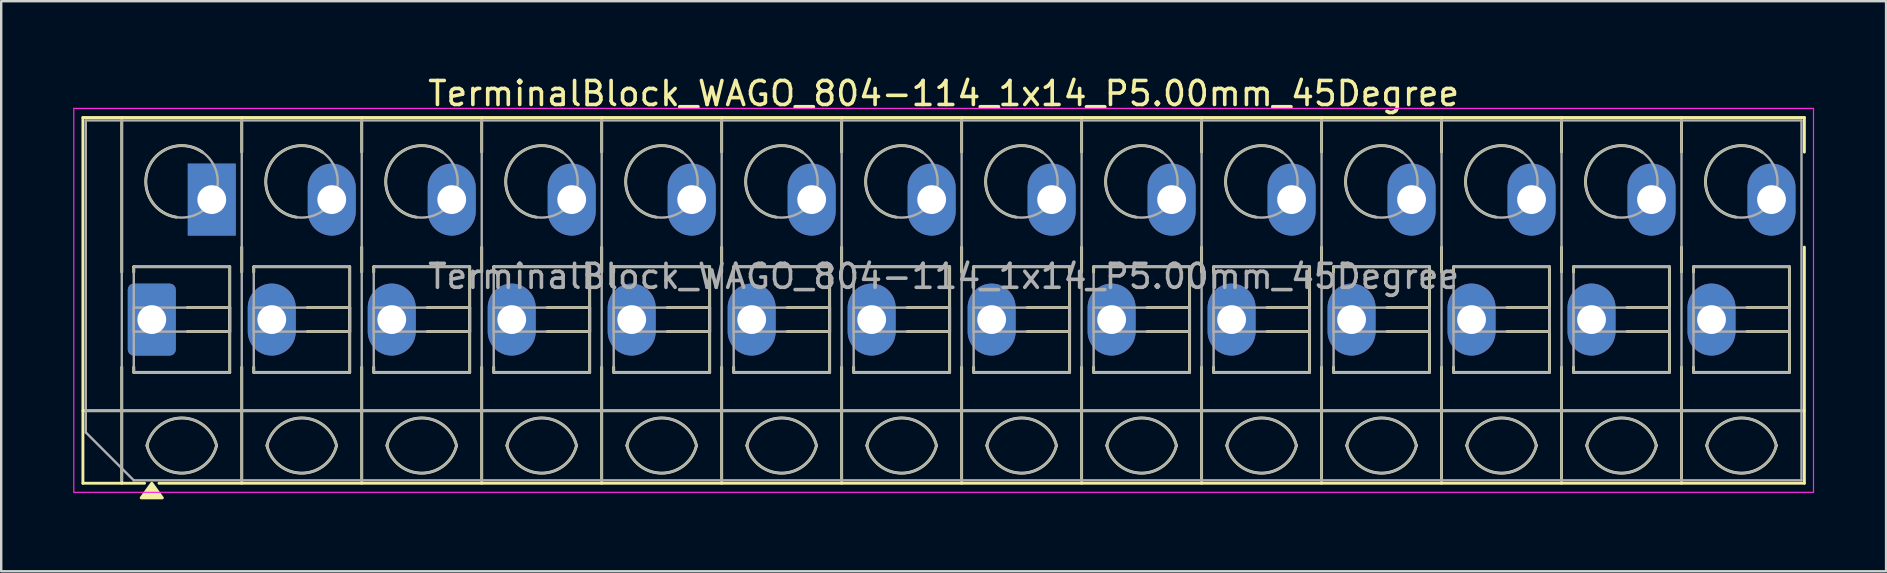
<source format=kicad_pcb>
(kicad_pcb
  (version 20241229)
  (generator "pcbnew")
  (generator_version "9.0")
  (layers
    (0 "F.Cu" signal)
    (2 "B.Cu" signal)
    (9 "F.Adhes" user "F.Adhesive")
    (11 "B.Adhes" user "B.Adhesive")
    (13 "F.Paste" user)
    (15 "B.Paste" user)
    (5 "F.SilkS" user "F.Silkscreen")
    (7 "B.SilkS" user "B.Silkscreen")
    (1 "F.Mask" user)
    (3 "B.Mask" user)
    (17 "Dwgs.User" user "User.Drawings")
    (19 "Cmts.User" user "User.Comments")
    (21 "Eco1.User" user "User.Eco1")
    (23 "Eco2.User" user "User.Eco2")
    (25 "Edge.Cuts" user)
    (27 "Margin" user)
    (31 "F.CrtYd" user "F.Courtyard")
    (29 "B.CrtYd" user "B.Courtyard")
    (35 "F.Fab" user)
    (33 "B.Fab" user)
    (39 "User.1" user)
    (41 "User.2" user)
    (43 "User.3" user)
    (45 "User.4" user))
  (footprint "TerminalBlock_WAGO_804-114_1x14_P5.00mm_45Degree"
    (layer "F.Cu")
    (at 3.275 10.268)
    (property "Reference" "TerminalBlock_WAGO_804-114_1x14_P5.00mm_45Degree" (at 33 -9.42 0) (layer "F.SilkS") (effects (font (size 1 1) (thickness 0.15))))
    (attr through_hole)
    (fp_line (start -2.87 -8.42) (end -2.87 6.82) (stroke (width 0.12) (type solid)) (layer "F.SilkS"))
    (fp_line (start -2.87 -8.42) (end 68.87 -8.42) (stroke (width 0.12) (type solid)) (layer "F.SilkS"))
    (fp_line (start -2.87 3.8) (end 68.87 3.8) (stroke (width 0.12) (type solid)) (layer "F.SilkS"))
    (fp_line (start -2.87 6.82) (end -0.3 6.82) (stroke (width 0.12) (type solid)) (layer "F.SilkS"))
    (fp_line (start -1.25 -8.42) (end -1.25 -1.98) (stroke (width 0.12) (type solid)) (layer "F.SilkS"))
    (fp_line (start -1.25 1.98) (end -1.25 6.82) (stroke (width 0.12) (type solid)) (layer "F.SilkS"))
    (fp_line (start -0.75 -2.2) (end -0.75 -1.98) (stroke (width 0.12) (type solid)) (layer "F.SilkS"))
    (fp_line (start -0.75 -2.2) (end 3.25 -2.2) (stroke (width 0.12) (type solid)) (layer "F.SilkS"))
    (fp_line (start -0.75 1.98) (end -0.75 2.2) (stroke (width 0.12) (type solid)) (layer "F.SilkS"))
    (fp_line (start -0.75 2.2) (end 3.25 2.2) (stroke (width 0.12) (type solid)) (layer "F.SilkS"))
    (fp_line (start 0.3 6.82) (end 68.87 6.82) (stroke (width 0.12) (type solid)) (layer "F.SilkS"))
    (fp_line (start 1.48 -0.5) (end 3.25 -0.5) (stroke (width 0.12) (type solid)) (layer "F.SilkS"))
    (fp_line (start 1.48 0.5) (end 3.25 0.5) (stroke (width 0.12) (type solid)) (layer "F.SilkS"))
    (fp_line (start 3.25 -2.2) (end 3.25 2.2) (stroke (width 0.12) (type solid)) (layer "F.SilkS"))
    (fp_line (start 3.25 -0.5) (end 3.25 0.5) (stroke (width 0.12) (type solid)) (layer "F.SilkS"))
    (fp_line (start 3.75 -8.42) (end 3.75 -6.98) (stroke (width 0.12) (type solid)) (layer "F.SilkS"))
    (fp_line (start 3.75 -3.02) (end 3.75 -1.98) (stroke (width 0.12) (type solid)) (layer "F.SilkS"))
    (fp_line (start 3.75 1.98) (end 3.75 6.82) (stroke (width 0.12) (type solid)) (layer "F.SilkS"))
    (fp_line (start 4.25 -2.2) (end 4.25 -1.98) (stroke (width 0.12) (type solid)) (layer "F.SilkS"))
    (fp_line (start 4.25 -2.2) (end 8.25 -2.2) (stroke (width 0.12) (type solid)) (layer "F.SilkS"))
    (fp_line (start 4.25 1.98) (end 4.25 2.2) (stroke (width 0.12) (type solid)) (layer "F.SilkS"))
    (fp_line (start 4.25 2.2) (end 8.25 2.2) (stroke (width 0.12) (type solid)) (layer "F.SilkS"))
    (fp_line (start 6.48 -0.5) (end 8.25 -0.5) (stroke (width 0.12) (type solid)) (layer "F.SilkS"))
    (fp_line (start 6.48 0.5) (end 8.25 0.5) (stroke (width 0.12) (type solid)) (layer "F.SilkS"))
    (fp_line (start 8.25 -2.2) (end 8.25 2.2) (stroke (width 0.12) (type solid)) (layer "F.SilkS"))
    (fp_line (start 8.25 -0.5) (end 8.25 0.5) (stroke (width 0.12) (type solid)) (layer "F.SilkS"))
    (fp_line (start 8.75 -8.42) (end 8.75 -6.98) (stroke (width 0.12) (type solid)) (layer "F.SilkS"))
    (fp_line (start 8.75 -3.02) (end 8.75 -1.98) (stroke (width 0.12) (type solid)) (layer "F.SilkS"))
    (fp_line (start 8.75 1.98) (end 8.75 6.82) (stroke (width 0.12) (type solid)) (layer "F.SilkS"))
    (fp_line (start 9.25 -2.2) (end 9.25 -1.98) (stroke (width 0.12) (type solid)) (layer "F.SilkS"))
    (fp_line (start 9.25 -2.2) (end 13.25 -2.2) (stroke (width 0.12) (type solid)) (layer "F.SilkS"))
    (fp_line (start 9.25 1.98) (end 9.25 2.2) (stroke (width 0.12) (type solid)) (layer "F.SilkS"))
    (fp_line (start 9.25 2.2) (end 13.25 2.2) (stroke (width 0.12) (type solid)) (layer "F.SilkS"))
    (fp_line (start 11.48 -0.5) (end 13.25 -0.5) (stroke (width 0.12) (type solid)) (layer "F.SilkS"))
    (fp_line (start 11.48 0.5) (end 13.25 0.5) (stroke (width 0.12) (type solid)) (layer "F.SilkS"))
    (fp_line (start 13.25 -2.2) (end 13.25 2.2) (stroke (width 0.12) (type solid)) (layer "F.SilkS"))
    (fp_line (start 13.25 -0.5) (end 13.25 0.5) (stroke (width 0.12) (type solid)) (layer "F.SilkS"))
    (fp_line (start 13.75 -8.42) (end 13.75 -6.98) (stroke (width 0.12) (type solid)) (layer "F.SilkS"))
    (fp_line (start 13.75 -3.02) (end 13.75 -1.98) (stroke (width 0.12) (type solid)) (layer "F.SilkS"))
    (fp_line (start 13.75 1.98) (end 13.75 6.82) (stroke (width 0.12) (type solid)) (layer "F.SilkS"))
    (fp_line (start 14.25 -2.2) (end 14.25 -1.98) (stroke (width 0.12) (type solid)) (layer "F.SilkS"))
    (fp_line (start 14.25 -2.2) (end 18.25 -2.2) (stroke (width 0.12) (type solid)) (layer "F.SilkS"))
    (fp_line (start 14.25 1.98) (end 14.25 2.2) (stroke (width 0.12) (type solid)) (layer "F.SilkS"))
    (fp_line (start 14.25 2.2) (end 18.25 2.2) (stroke (width 0.12) (type solid)) (layer "F.SilkS"))
    (fp_line (start 16.48 -0.5) (end 18.25 -0.5) (stroke (width 0.12) (type solid)) (layer "F.SilkS"))
    (fp_line (start 16.48 0.5) (end 18.25 0.5) (stroke (width 0.12) (type solid)) (layer "F.SilkS"))
    (fp_line (start 18.25 -2.2) (end 18.25 2.2) (stroke (width 0.12) (type solid)) (layer "F.SilkS"))
    (fp_line (start 18.25 -0.5) (end 18.25 0.5) (stroke (width 0.12) (type solid)) (layer "F.SilkS"))
    (fp_line (start 18.75 -8.42) (end 18.75 -6.98) (stroke (width 0.12) (type solid)) (layer "F.SilkS"))
    (fp_line (start 18.75 -3.02) (end 18.75 -1.98) (stroke (width 0.12) (type solid)) (layer "F.SilkS"))
    (fp_line (start 18.75 1.98) (end 18.75 6.82) (stroke (width 0.12) (type solid)) (layer "F.SilkS"))
    (fp_line (start 19.25 -2.2) (end 19.25 -1.98) (stroke (width 0.12) (type solid)) (layer "F.SilkS"))
    (fp_line (start 19.25 -2.2) (end 23.25 -2.2) (stroke (width 0.12) (type solid)) (layer "F.SilkS"))
    (fp_line (start 19.25 1.98) (end 19.25 2.2) (stroke (width 0.12) (type solid)) (layer "F.SilkS"))
    (fp_line (start 19.25 2.2) (end 23.25 2.2) (stroke (width 0.12) (type solid)) (layer "F.SilkS"))
    (fp_line (start 21.48 -0.5) (end 23.25 -0.5) (stroke (width 0.12) (type solid)) (layer "F.SilkS"))
    (fp_line (start 21.48 0.5) (end 23.25 0.5) (stroke (width 0.12) (type solid)) (layer "F.SilkS"))
    (fp_line (start 23.25 -2.2) (end 23.25 2.2) (stroke (width 0.12) (type solid)) (layer "F.SilkS"))
    (fp_line (start 23.25 -0.5) (end 23.25 0.5) (stroke (width 0.12) (type solid)) (layer "F.SilkS"))
    (fp_line (start 23.75 -8.42) (end 23.75 -6.98) (stroke (width 0.12) (type solid)) (layer "F.SilkS"))
    (fp_line (start 23.75 -3.02) (end 23.75 -1.98) (stroke (width 0.12) (type solid)) (layer "F.SilkS"))
    (fp_line (start 23.75 1.98) (end 23.75 6.82) (stroke (width 0.12) (type solid)) (layer "F.SilkS"))
    (fp_line (start 24.25 -2.2) (end 24.25 -1.98) (stroke (width 0.12) (type solid)) (layer "F.SilkS"))
    (fp_line (start 24.25 -2.2) (end 28.25 -2.2) (stroke (width 0.12) (type solid)) (layer "F.SilkS"))
    (fp_line (start 24.25 1.98) (end 24.25 2.2) (stroke (width 0.12) (type solid)) (layer "F.SilkS"))
    (fp_line (start 24.25 2.2) (end 28.25 2.2) (stroke (width 0.12) (type solid)) (layer "F.SilkS"))
    (fp_line (start 26.48 -0.5) (end 28.25 -0.5) (stroke (width 0.12) (type solid)) (layer "F.SilkS"))
    (fp_line (start 26.48 0.5) (end 28.25 0.5) (stroke (width 0.12) (type solid)) (layer "F.SilkS"))
    (fp_line (start 28.25 -2.2) (end 28.25 2.2) (stroke (width 0.12) (type solid)) (layer "F.SilkS"))
    (fp_line (start 28.25 -0.5) (end 28.25 0.5) (stroke (width 0.12) (type solid)) (layer "F.SilkS"))
    (fp_line (start 28.75 -8.42) (end 28.75 -6.98) (stroke (width 0.12) (type solid)) (layer "F.SilkS"))
    (fp_line (start 28.75 -3.02) (end 28.75 -1.98) (stroke (width 0.12) (type solid)) (layer "F.SilkS"))
    (fp_line (start 28.75 1.98) (end 28.75 6.82) (stroke (width 0.12) (type solid)) (layer "F.SilkS"))
    (fp_line (start 29.25 -2.2) (end 29.25 -1.98) (stroke (width 0.12) (type solid)) (layer "F.SilkS"))
    (fp_line (start 29.25 -2.2) (end 33.25 -2.2) (stroke (width 0.12) (type solid)) (layer "F.SilkS"))
    (fp_line (start 29.25 1.98) (end 29.25 2.2) (stroke (width 0.12) (type solid)) (layer "F.SilkS"))
    (fp_line (start 29.25 2.2) (end 33.25 2.2) (stroke (width 0.12) (type solid)) (layer "F.SilkS"))
    (fp_line (start 31.48 -0.5) (end 33.25 -0.5) (stroke (width 0.12) (type solid)) (layer "F.SilkS"))
    (fp_line (start 31.48 0.5) (end 33.25 0.5) (stroke (width 0.12) (type solid)) (layer "F.SilkS"))
    (fp_line (start 33.25 -2.2) (end 33.25 2.2) (stroke (width 0.12) (type solid)) (layer "F.SilkS"))
    (fp_line (start 33.25 -0.5) (end 33.25 0.5) (stroke (width 0.12) (type solid)) (layer "F.SilkS"))
    (fp_line (start 33.75 -8.42) (end 33.75 -6.98) (stroke (width 0.12) (type solid)) (layer "F.SilkS"))
    (fp_line (start 33.75 -3.02) (end 33.75 -1.98) (stroke (width 0.12) (type solid)) (layer "F.SilkS"))
    (fp_line (start 33.75 1.98) (end 33.75 6.82) (stroke (width 0.12) (type solid)) (layer "F.SilkS"))
    (fp_line (start 34.25 -2.2) (end 34.25 -1.98) (stroke (width 0.12) (type solid)) (layer "F.SilkS"))
    (fp_line (start 34.25 -2.2) (end 38.25 -2.2) (stroke (width 0.12) (type solid)) (layer "F.SilkS"))
    (fp_line (start 34.25 1.98) (end 34.25 2.2) (stroke (width 0.12) (type solid)) (layer "F.SilkS"))
    (fp_line (start 34.25 2.2) (end 38.25 2.2) (stroke (width 0.12) (type solid)) (layer "F.SilkS"))
    (fp_line (start 36.48 -0.5) (end 38.25 -0.5) (stroke (width 0.12) (type solid)) (layer "F.SilkS"))
    (fp_line (start 36.48 0.5) (end 38.25 0.5) (stroke (width 0.12) (type solid)) (layer "F.SilkS"))
    (fp_line (start 38.25 -2.2) (end 38.25 2.2) (stroke (width 0.12) (type solid)) (layer "F.SilkS"))
    (fp_line (start 38.25 -0.5) (end 38.25 0.5) (stroke (width 0.12) (type solid)) (layer "F.SilkS"))
    (fp_line (start 38.75 -8.42) (end 38.75 -6.98) (stroke (width 0.12) (type solid)) (layer "F.SilkS"))
    (fp_line (start 38.75 -3.02) (end 38.75 -1.98) (stroke (width 0.12) (type solid)) (layer "F.SilkS"))
    (fp_line (start 38.75 1.98) (end 38.75 6.82) (stroke (width 0.12) (type solid)) (layer "F.SilkS"))
    (fp_line (start 39.25 -2.2) (end 39.25 -1.98) (stroke (width 0.12) (type solid)) (layer "F.SilkS"))
    (fp_line (start 39.25 -2.2) (end 43.25 -2.2) (stroke (width 0.12) (type solid)) (layer "F.SilkS"))
    (fp_line (start 39.25 1.98) (end 39.25 2.2) (stroke (width 0.12) (type solid)) (layer "F.SilkS"))
    (fp_line (start 39.25 2.2) (end 43.25 2.2) (stroke (width 0.12) (type solid)) (layer "F.SilkS"))
    (fp_line (start 41.48 -0.5) (end 43.25 -0.5) (stroke (width 0.12) (type solid)) (layer "F.SilkS"))
    (fp_line (start 41.48 0.5) (end 43.25 0.5) (stroke (width 0.12) (type solid)) (layer "F.SilkS"))
    (fp_line (start 43.25 -2.2) (end 43.25 2.2) (stroke (width 0.12) (type solid)) (layer "F.SilkS"))
    (fp_line (start 43.25 -0.5) (end 43.25 0.5) (stroke (width 0.12) (type solid)) (layer "F.SilkS"))
    (fp_line (start 43.75 -8.42) (end 43.75 -6.98) (stroke (width 0.12) (type solid)) (layer "F.SilkS"))
    (fp_line (start 43.75 -3.02) (end 43.75 -1.98) (stroke (width 0.12) (type solid)) (layer "F.SilkS"))
    (fp_line (start 43.75 1.98) (end 43.75 6.82) (stroke (width 0.12) (type solid)) (layer "F.SilkS"))
    (fp_line (start 44.25 -2.2) (end 44.25 -1.98) (stroke (width 0.12) (type solid)) (layer "F.SilkS"))
    (fp_line (start 44.25 -2.2) (end 48.25 -2.2) (stroke (width 0.12) (type solid)) (layer "F.SilkS"))
    (fp_line (start 44.25 1.98) (end 44.25 2.2) (stroke (width 0.12) (type solid)) (layer "F.SilkS"))
    (fp_line (start 44.25 2.2) (end 48.25 2.2) (stroke (width 0.12) (type solid)) (layer "F.SilkS"))
    (fp_line (start 46.48 -0.5) (end 48.25 -0.5) (stroke (width 0.12) (type solid)) (layer "F.SilkS"))
    (fp_line (start 46.48 0.5) (end 48.25 0.5) (stroke (width 0.12) (type solid)) (layer "F.SilkS"))
    (fp_line (start 48.25 -2.2) (end 48.25 2.2) (stroke (width 0.12) (type solid)) (layer "F.SilkS"))
    (fp_line (start 48.25 -0.5) (end 48.25 0.5) (stroke (width 0.12) (type solid)) (layer "F.SilkS"))
    (fp_line (start 48.75 -8.42) (end 48.75 -6.98) (stroke (width 0.12) (type solid)) (layer "F.SilkS"))
    (fp_line (start 48.75 -3.02) (end 48.75 -1.98) (stroke (width 0.12) (type solid)) (layer "F.SilkS"))
    (fp_line (start 48.75 1.98) (end 48.75 6.82) (stroke (width 0.12) (type solid)) (layer "F.SilkS"))
    (fp_line (start 49.25 -2.2) (end 49.25 -1.98) (stroke (width 0.12) (type solid)) (layer "F.SilkS"))
    (fp_line (start 49.25 -2.2) (end 53.25 -2.2) (stroke (width 0.12) (type solid)) (layer "F.SilkS"))
    (fp_line (start 49.25 1.98) (end 49.25 2.2) (stroke (width 0.12) (type solid)) (layer "F.SilkS"))
    (fp_line (start 49.25 2.2) (end 53.25 2.2) (stroke (width 0.12) (type solid)) (layer "F.SilkS"))
    (fp_line (start 51.48 -0.5) (end 53.25 -0.5) (stroke (width 0.12) (type solid)) (layer "F.SilkS"))
    (fp_line (start 51.48 0.5) (end 53.25 0.5) (stroke (width 0.12) (type solid)) (layer "F.SilkS"))
    (fp_line (start 53.25 -2.2) (end 53.25 2.2) (stroke (width 0.12) (type solid)) (layer "F.SilkS"))
    (fp_line (start 53.25 -0.5) (end 53.25 0.5) (stroke (width 0.12) (type solid)) (layer "F.SilkS"))
    (fp_line (start 53.75 -8.42) (end 53.75 -6.98) (stroke (width 0.12) (type solid)) (layer "F.SilkS"))
    (fp_line (start 53.75 -3.02) (end 53.75 -1.98) (stroke (width 0.12) (type solid)) (layer "F.SilkS"))
    (fp_line (start 53.75 1.98) (end 53.75 6.82) (stroke (width 0.12) (type solid)) (layer "F.SilkS"))
    (fp_line (start 54.25 -2.2) (end 54.25 -1.98) (stroke (width 0.12) (type solid)) (layer "F.SilkS"))
    (fp_line (start 54.25 -2.2) (end 58.25 -2.2) (stroke (width 0.12) (type solid)) (layer "F.SilkS"))
    (fp_line (start 54.25 1.98) (end 54.25 2.2) (stroke (width 0.12) (type solid)) (layer "F.SilkS"))
    (fp_line (start 54.25 2.2) (end 58.25 2.2) (stroke (width 0.12) (type solid)) (layer "F.SilkS"))
    (fp_line (start 56.48 -0.5) (end 58.25 -0.5) (stroke (width 0.12) (type solid)) (layer "F.SilkS"))
    (fp_line (start 56.48 0.5) (end 58.25 0.5) (stroke (width 0.12) (type solid)) (layer "F.SilkS"))
    (fp_line (start 58.25 -2.2) (end 58.25 2.2) (stroke (width 0.12) (type solid)) (layer "F.SilkS"))
    (fp_line (start 58.25 -0.5) (end 58.25 0.5) (stroke (width 0.12) (type solid)) (layer "F.SilkS"))
    (fp_line (start 58.75 -8.42) (end 58.75 -6.98) (stroke (width 0.12) (type solid)) (layer "F.SilkS"))
    (fp_line (start 58.75 -3.02) (end 58.75 -1.98) (stroke (width 0.12) (type solid)) (layer "F.SilkS"))
    (fp_line (start 58.75 1.98) (end 58.75 6.82) (stroke (width 0.12) (type solid)) (layer "F.SilkS"))
    (fp_line (start 59.25 -2.2) (end 59.25 -1.98) (stroke (width 0.12) (type solid)) (layer "F.SilkS"))
    (fp_line (start 59.25 -2.2) (end 63.25 -2.2) (stroke (width 0.12) (type solid)) (layer "F.SilkS"))
    (fp_line (start 59.25 1.98) (end 59.25 2.2) (stroke (width 0.12) (type solid)) (layer "F.SilkS"))
    (fp_line (start 59.25 2.2) (end 63.25 2.2) (stroke (width 0.12) (type solid)) (layer "F.SilkS"))
    (fp_line (start 61.48 -0.5) (end 63.25 -0.5) (stroke (width 0.12) (type solid)) (layer "F.SilkS"))
    (fp_line (start 61.48 0.5) (end 63.25 0.5) (stroke (width 0.12) (type solid)) (layer "F.SilkS"))
    (fp_line (start 63.25 -2.2) (end 63.25 2.2) (stroke (width 0.12) (type solid)) (layer "F.SilkS"))
    (fp_line (start 63.25 -0.5) (end 63.25 0.5) (stroke (width 0.12) (type solid)) (layer "F.SilkS"))
    (fp_line (start 63.75 -8.42) (end 63.75 -6.98) (stroke (width 0.12) (type solid)) (layer "F.SilkS"))
    (fp_line (start 63.75 -3.02) (end 63.75 -1.98) (stroke (width 0.12) (type solid)) (layer "F.SilkS"))
    (fp_line (start 63.75 1.98) (end 63.75 6.82) (stroke (width 0.12) (type solid)) (layer "F.SilkS"))
    (fp_line (start 64.25 -2.2) (end 64.25 -1.98) (stroke (width 0.12) (type solid)) (layer "F.SilkS"))
    (fp_line (start 64.25 -2.2) (end 68.25 -2.2) (stroke (width 0.12) (type solid)) (layer "F.SilkS"))
    (fp_line (start 64.25 1.98) (end 64.25 2.2) (stroke (width 0.12) (type solid)) (layer "F.SilkS"))
    (fp_line (start 64.25 2.2) (end 68.25 2.2) (stroke (width 0.12) (type solid)) (layer "F.SilkS"))
    (fp_line (start 66.48 -0.5) (end 68.25 -0.5) (stroke (width 0.12) (type solid)) (layer "F.SilkS"))
    (fp_line (start 66.48 0.5) (end 68.25 0.5) (stroke (width 0.12) (type solid)) (layer "F.SilkS"))
    (fp_line (start 68.25 -2.2) (end 68.25 2.2) (stroke (width 0.12) (type solid)) (layer "F.SilkS"))
    (fp_line (start 68.25 -0.5) (end 68.25 0.5) (stroke (width 0.12) (type solid)) (layer "F.SilkS"))
    (fp_line (start 68.87 -8.42) (end 68.87 -6.98) (stroke (width 0.12) (type solid)) (layer "F.SilkS"))
    (fp_line (start 68.87 -3.02) (end 68.87 6.82) (stroke (width 0.12) (type solid)) (layer "F.SilkS"))
    (fp_arc (start -0.199942 5.249753) (mid 1.250127 4.099899) (end 2.7 5.25) (stroke (width 0.12) (type solid)) (layer "F.SilkS"))
    (fp_arc (start 1.02 -4.268) (mid -0.141815 -6.308637) (end 2.10843 -6.979765) (stroke (width 0.12) (type solid)) (layer "F.SilkS"))
    (fp_arc (start 2.7 5.25) (mid 1.250127 6.400101) (end -0.199942 5.250247) (stroke (width 0.12) (type solid)) (layer "F.SilkS"))
    (fp_arc (start 4.800058 5.249753) (mid 6.250127 4.099899) (end 7.7 5.25) (stroke (width 0.12) (type solid)) (layer "F.SilkS"))
    (fp_arc (start 6.02 -4.268) (mid 4.858185 -6.308637) (end 7.10843 -6.979765) (stroke (width 0.12) (type solid)) (layer "F.SilkS"))
    (fp_arc (start 7.7 5.25) (mid 6.250127 6.400101) (end 4.800058 5.250247) (stroke (width 0.12) (type solid)) (layer "F.SilkS"))
    (fp_arc (start 9.800058 5.249753) (mid 11.250127 4.099899) (end 12.7 5.25) (stroke (width 0.12) (type solid)) (layer "F.SilkS"))
    (fp_arc (start 11.02 -4.268) (mid 9.858185 -6.308637) (end 12.10843 -6.979765) (stroke (width 0.12) (type solid)) (layer "F.SilkS"))
    (fp_arc (start 12.7 5.25) (mid 11.250127 6.400101) (end 9.800058 5.250247) (stroke (width 0.12) (type solid)) (layer "F.SilkS"))
    (fp_arc (start 14.800058 5.249753) (mid 16.250127 4.099899) (end 17.7 5.25) (stroke (width 0.12) (type solid)) (layer "F.SilkS"))
    (fp_arc (start 16.02 -4.268) (mid 14.858185 -6.308637) (end 17.10843 -6.979765) (stroke (width 0.12) (type solid)) (layer "F.SilkS"))
    (fp_arc (start 17.7 5.25) (mid 16.250127 6.400101) (end 14.800058 5.250247) (stroke (width 0.12) (type solid)) (layer "F.SilkS"))
    (fp_arc (start 19.800058 5.249753) (mid 21.250127 4.099899) (end 22.7 5.25) (stroke (width 0.12) (type solid)) (layer "F.SilkS"))
    (fp_arc (start 21.02 -4.268) (mid 19.858185 -6.308637) (end 22.10843 -6.979765) (stroke (width 0.12) (type solid)) (layer "F.SilkS"))
    (fp_arc (start 22.7 5.25) (mid 21.250127 6.400101) (end 19.800058 5.250247) (stroke (width 0.12) (type solid)) (layer "F.SilkS"))
    (fp_arc (start 24.800058 5.249753) (mid 26.250127 4.099899) (end 27.7 5.25) (stroke (width 0.12) (type solid)) (layer "F.SilkS"))
    (fp_arc (start 26.02 -4.268) (mid 24.858185 -6.308637) (end 27.10843 -6.979765) (stroke (width 0.12) (type solid)) (layer "F.SilkS"))
    (fp_arc (start 27.7 5.25) (mid 26.250127 6.400101) (end 24.800058 5.250247) (stroke (width 0.12) (type solid)) (layer "F.SilkS"))
    (fp_arc (start 29.800058 5.249753) (mid 31.250127 4.099899) (end 32.7 5.25) (stroke (width 0.12) (type solid)) (layer "F.SilkS"))
    (fp_arc (start 31.02 -4.268) (mid 29.858185 -6.308637) (end 32.10843 -6.979765) (stroke (width 0.12) (type solid)) (layer "F.SilkS"))
    (fp_arc (start 32.7 5.25) (mid 31.250127 6.400101) (end 29.800058 5.250247) (stroke (width 0.12) (type solid)) (layer "F.SilkS"))
    (fp_arc (start 34.800058 5.249753) (mid 36.250127 4.099899) (end 37.7 5.25) (stroke (width 0.12) (type solid)) (layer "F.SilkS"))
    (fp_arc (start 36.02 -4.268) (mid 34.858185 -6.308637) (end 37.10843 -6.979765) (stroke (width 0.12) (type solid)) (layer "F.SilkS"))
    (fp_arc (start 37.7 5.25) (mid 36.250127 6.400101) (end 34.800058 5.250247) (stroke (width 0.12) (type solid)) (layer "F.SilkS"))
    (fp_arc (start 39.800058 5.249753) (mid 41.250127 4.099899) (end 42.7 5.25) (stroke (width 0.12) (type solid)) (layer "F.SilkS"))
    (fp_arc (start 41.02 -4.268) (mid 39.858185 -6.308637) (end 42.10843 -6.979765) (stroke (width 0.12) (type solid)) (layer "F.SilkS"))
    (fp_arc (start 42.7 5.25) (mid 41.250127 6.400101) (end 39.800058 5.250247) (stroke (width 0.12) (type solid)) (layer "F.SilkS"))
    (fp_arc (start 44.800058 5.249753) (mid 46.250127 4.099899) (end 47.7 5.25) (stroke (width 0.12) (type solid)) (layer "F.SilkS"))
    (fp_arc (start 46.02 -4.268) (mid 44.858185 -6.308637) (end 47.10843 -6.979765) (stroke (width 0.12) (type solid)) (layer "F.SilkS"))
    (fp_arc (start 47.7 5.25) (mid 46.250127 6.400101) (end 44.800058 5.250247) (stroke (width 0.12) (type solid)) (layer "F.SilkS"))
    (fp_arc (start 49.800058 5.249753) (mid 51.250127 4.099899) (end 52.7 5.25) (stroke (width 0.12) (type solid)) (layer "F.SilkS"))
    (fp_arc (start 51.02 -4.268) (mid 49.858185 -6.308637) (end 52.10843 -6.979765) (stroke (width 0.12) (type solid)) (layer "F.SilkS"))
    (fp_arc (start 52.7 5.25) (mid 51.250127 6.400101) (end 49.800058 5.250247) (stroke (width 0.12) (type solid)) (layer "F.SilkS"))
    (fp_arc (start 54.800058 5.249753) (mid 56.250127 4.099899) (end 57.7 5.25) (stroke (width 0.12) (type solid)) (layer "F.SilkS"))
    (fp_arc (start 56.02 -4.268) (mid 54.858185 -6.308637) (end 57.10843 -6.979765) (stroke (width 0.12) (type solid)) (layer "F.SilkS"))
    (fp_arc (start 57.7 5.25) (mid 56.250127 6.400101) (end 54.800058 5.250247) (stroke (width 0.12) (type solid)) (layer "F.SilkS"))
    (fp_arc (start 59.800058 5.249753) (mid 61.250127 4.099899) (end 62.7 5.25) (stroke (width 0.12) (type solid)) (layer "F.SilkS"))
    (fp_arc (start 61.02 -4.268) (mid 59.858185 -6.308637) (end 62.10843 -6.979765) (stroke (width 0.12) (type solid)) (layer "F.SilkS"))
    (fp_arc (start 62.7 5.25) (mid 61.250127 6.400101) (end 59.800058 5.250247) (stroke (width 0.12) (type solid)) (layer "F.SilkS"))
    (fp_arc (start 64.800058 5.249753) (mid 66.250127 4.099899) (end 67.7 5.25) (stroke (width 0.12) (type solid)) (layer "F.SilkS"))
    (fp_arc (start 66.02 -4.268) (mid 64.858185 -6.308637) (end 67.10843 -6.979765) (stroke (width 0.12) (type solid)) (layer "F.SilkS"))
    (fp_arc (start 67.7 5.25) (mid 66.250127 6.400101) (end 64.800058 5.250247) (stroke (width 0.12) (type solid)) (layer "F.SilkS"))
    (fp_poly (pts (xy 0 6.82) (xy 0.44 7.43) (xy -0.44 7.43)) (stroke (width 0.12) (type solid)) (fill yes) (layer "F.SilkS"))
    (fp_line (start -3.25 -8.8) (end -3.25 7.2) (stroke (width 0.05) (type solid)) (layer "F.CrtYd"))
    (fp_line (start -3.25 7.2) (end 69.25 7.2) (stroke (width 0.05) (type solid)) (layer "F.CrtYd"))
    (fp_line (start 69.25 -8.8) (end -3.25 -8.8) (stroke (width 0.05) (type solid)) (layer "F.CrtYd"))
    (fp_line (start 69.25 7.2) (end 69.25 -8.8) (stroke (width 0.05) (type solid)) (layer "F.CrtYd"))
    (fp_line (start -2.75 -8.3) (end 68.75 -8.3) (stroke (width 0.1) (type solid)) (layer "F.Fab"))
    (fp_line (start -2.75 3.8) (end 68.75 3.8) (stroke (width 0.1) (type solid)) (layer "F.Fab"))
    (fp_line (start -2.75 4.7) (end -2.75 -8.3) (stroke (width 0.1) (type solid)) (layer "F.Fab"))
    (fp_line (start -1.25 -8.3) (end -1.25 6.7) (stroke (width 0.1) (type solid)) (layer "F.Fab"))
    (fp_line (start -0.75 -2.2) (end -0.75 2.2) (stroke (width 0.1) (type solid)) (layer "F.Fab"))
    (fp_line (start -0.75 -0.5) (end -0.75 0.5) (stroke (width 0.1) (type solid)) (layer "F.Fab"))
    (fp_line (start -0.75 0.5) (end 3.25 0.5) (stroke (width 0.1) (type solid)) (layer "F.Fab"))
    (fp_line (start -0.75 2.2) (end 3.25 2.2) (stroke (width 0.1) (type solid)) (layer "F.Fab"))
    (fp_line (start -0.75 6.7) (end -2.75 4.7) (stroke (width 0.1) (type solid)) (layer "F.Fab"))
    (fp_line (start 3.25 -2.2) (end -0.75 -2.2) (stroke (width 0.1) (type solid)) (layer "F.Fab"))
    (fp_line (start 3.25 -0.5) (end -0.75 -0.5) (stroke (width 0.1) (type solid)) (layer "F.Fab"))
    (fp_line (start 3.25 0.5) (end 3.25 -0.5) (stroke (width 0.1) (type solid)) (layer "F.Fab"))
    (fp_line (start 3.25 2.2) (end 3.25 -2.2) (stroke (width 0.1) (type solid)) (layer "F.Fab"))
    (fp_line (start 3.75 -8.3) (end 3.75 6.7) (stroke (width 0.1) (type solid)) (layer "F.Fab"))
    (fp_line (start 4.25 -2.2) (end 4.25 2.2) (stroke (width 0.1) (type solid)) (layer "F.Fab"))
    (fp_line (start 4.25 -0.5) (end 4.25 0.5) (stroke (width 0.1) (type solid)) (layer "F.Fab"))
    (fp_line (start 4.25 0.5) (end 8.25 0.5) (stroke (width 0.1) (type solid)) (layer "F.Fab"))
    (fp_line (start 4.25 2.2) (end 8.25 2.2) (stroke (width 0.1) (type solid)) (layer "F.Fab"))
    (fp_line (start 8.25 -2.2) (end 4.25 -2.2) (stroke (width 0.1) (type solid)) (layer "F.Fab"))
    (fp_line (start 8.25 -0.5) (end 4.25 -0.5) (stroke (width 0.1) (type solid)) (layer "F.Fab"))
    (fp_line (start 8.25 0.5) (end 8.25 -0.5) (stroke (width 0.1) (type solid)) (layer "F.Fab"))
    (fp_line (start 8.25 2.2) (end 8.25 -2.2) (stroke (width 0.1) (type solid)) (layer "F.Fab"))
    (fp_line (start 8.75 -8.3) (end 8.75 6.7) (stroke (width 0.1) (type solid)) (layer "F.Fab"))
    (fp_line (start 9.25 -2.2) (end 9.25 2.2) (stroke (width 0.1) (type solid)) (layer "F.Fab"))
    (fp_line (start 9.25 -0.5) (end 9.25 0.5) (stroke (width 0.1) (type solid)) (layer "F.Fab"))
    (fp_line (start 9.25 0.5) (end 13.25 0.5) (stroke (width 0.1) (type solid)) (layer "F.Fab"))
    (fp_line (start 9.25 2.2) (end 13.25 2.2) (stroke (width 0.1) (type solid)) (layer "F.Fab"))
    (fp_line (start 13.25 -2.2) (end 9.25 -2.2) (stroke (width 0.1) (type solid)) (layer "F.Fab"))
    (fp_line (start 13.25 -0.5) (end 9.25 -0.5) (stroke (width 0.1) (type solid)) (layer "F.Fab"))
    (fp_line (start 13.25 0.5) (end 13.25 -0.5) (stroke (width 0.1) (type solid)) (layer "F.Fab"))
    (fp_line (start 13.25 2.2) (end 13.25 -2.2) (stroke (width 0.1) (type solid)) (layer "F.Fab"))
    (fp_line (start 13.75 -8.3) (end 13.75 6.7) (stroke (width 0.1) (type solid)) (layer "F.Fab"))
    (fp_line (start 14.25 -2.2) (end 14.25 2.2) (stroke (width 0.1) (type solid)) (layer "F.Fab"))
    (fp_line (start 14.25 -0.5) (end 14.25 0.5) (stroke (width 0.1) (type solid)) (layer "F.Fab"))
    (fp_line (start 14.25 0.5) (end 18.25 0.5) (stroke (width 0.1) (type solid)) (layer "F.Fab"))
    (fp_line (start 14.25 2.2) (end 18.25 2.2) (stroke (width 0.1) (type solid)) (layer "F.Fab"))
    (fp_line (start 18.25 -2.2) (end 14.25 -2.2) (stroke (width 0.1) (type solid)) (layer "F.Fab"))
    (fp_line (start 18.25 -0.5) (end 14.25 -0.5) (stroke (width 0.1) (type solid)) (layer "F.Fab"))
    (fp_line (start 18.25 0.5) (end 18.25 -0.5) (stroke (width 0.1) (type solid)) (layer "F.Fab"))
    (fp_line (start 18.25 2.2) (end 18.25 -2.2) (stroke (width 0.1) (type solid)) (layer "F.Fab"))
    (fp_line (start 18.75 -8.3) (end 18.75 6.7) (stroke (width 0.1) (type solid)) (layer "F.Fab"))
    (fp_line (start 19.25 -2.2) (end 19.25 2.2) (stroke (width 0.1) (type solid)) (layer "F.Fab"))
    (fp_line (start 19.25 -0.5) (end 19.25 0.5) (stroke (width 0.1) (type solid)) (layer "F.Fab"))
    (fp_line (start 19.25 0.5) (end 23.25 0.5) (stroke (width 0.1) (type solid)) (layer "F.Fab"))
    (fp_line (start 19.25 2.2) (end 23.25 2.2) (stroke (width 0.1) (type solid)) (layer "F.Fab"))
    (fp_line (start 23.25 -2.2) (end 19.25 -2.2) (stroke (width 0.1) (type solid)) (layer "F.Fab"))
    (fp_line (start 23.25 -0.5) (end 19.25 -0.5) (stroke (width 0.1) (type solid)) (layer "F.Fab"))
    (fp_line (start 23.25 0.5) (end 23.25 -0.5) (stroke (width 0.1) (type solid)) (layer "F.Fab"))
    (fp_line (start 23.25 2.2) (end 23.25 -2.2) (stroke (width 0.1) (type solid)) (layer "F.Fab"))
    (fp_line (start 23.75 -8.3) (end 23.75 6.7) (stroke (width 0.1) (type solid)) (layer "F.Fab"))
    (fp_line (start 24.25 -2.2) (end 24.25 2.2) (stroke (width 0.1) (type solid)) (layer "F.Fab"))
    (fp_line (start 24.25 -0.5) (end 24.25 0.5) (stroke (width 0.1) (type solid)) (layer "F.Fab"))
    (fp_line (start 24.25 0.5) (end 28.25 0.5) (stroke (width 0.1) (type solid)) (layer "F.Fab"))
    (fp_line (start 24.25 2.2) (end 28.25 2.2) (stroke (width 0.1) (type solid)) (layer "F.Fab"))
    (fp_line (start 28.25 -2.2) (end 24.25 -2.2) (stroke (width 0.1) (type solid)) (layer "F.Fab"))
    (fp_line (start 28.25 -0.5) (end 24.25 -0.5) (stroke (width 0.1) (type solid)) (layer "F.Fab"))
    (fp_line (start 28.25 0.5) (end 28.25 -0.5) (stroke (width 0.1) (type solid)) (layer "F.Fab"))
    (fp_line (start 28.25 2.2) (end 28.25 -2.2) (stroke (width 0.1) (type solid)) (layer "F.Fab"))
    (fp_line (start 28.75 -8.3) (end 28.75 6.7) (stroke (width 0.1) (type solid)) (layer "F.Fab"))
    (fp_line (start 29.25 -2.2) (end 29.25 2.2) (stroke (width 0.1) (type solid)) (layer "F.Fab"))
    (fp_line (start 29.25 -0.5) (end 29.25 0.5) (stroke (width 0.1) (type solid)) (layer "F.Fab"))
    (fp_line (start 29.25 0.5) (end 33.25 0.5) (stroke (width 0.1) (type solid)) (layer "F.Fab"))
    (fp_line (start 29.25 2.2) (end 33.25 2.2) (stroke (width 0.1) (type solid)) (layer "F.Fab"))
    (fp_line (start 33.25 -2.2) (end 29.25 -2.2) (stroke (width 0.1) (type solid)) (layer "F.Fab"))
    (fp_line (start 33.25 -0.5) (end 29.25 -0.5) (stroke (width 0.1) (type solid)) (layer "F.Fab"))
    (fp_line (start 33.25 0.5) (end 33.25 -0.5) (stroke (width 0.1) (type solid)) (layer "F.Fab"))
    (fp_line (start 33.25 2.2) (end 33.25 -2.2) (stroke (width 0.1) (type solid)) (layer "F.Fab"))
    (fp_line (start 33.75 -8.3) (end 33.75 6.7) (stroke (width 0.1) (type solid)) (layer "F.Fab"))
    (fp_line (start 34.25 -2.2) (end 34.25 2.2) (stroke (width 0.1) (type solid)) (layer "F.Fab"))
    (fp_line (start 34.25 -0.5) (end 34.25 0.5) (stroke (width 0.1) (type solid)) (layer "F.Fab"))
    (fp_line (start 34.25 0.5) (end 38.25 0.5) (stroke (width 0.1) (type solid)) (layer "F.Fab"))
    (fp_line (start 34.25 2.2) (end 38.25 2.2) (stroke (width 0.1) (type solid)) (layer "F.Fab"))
    (fp_line (start 38.25 -2.2) (end 34.25 -2.2) (stroke (width 0.1) (type solid)) (layer "F.Fab"))
    (fp_line (start 38.25 -0.5) (end 34.25 -0.5) (stroke (width 0.1) (type solid)) (layer "F.Fab"))
    (fp_line (start 38.25 0.5) (end 38.25 -0.5) (stroke (width 0.1) (type solid)) (layer "F.Fab"))
    (fp_line (start 38.25 2.2) (end 38.25 -2.2) (stroke (width 0.1) (type solid)) (layer "F.Fab"))
    (fp_line (start 38.75 -8.3) (end 38.75 6.7) (stroke (width 0.1) (type solid)) (layer "F.Fab"))
    (fp_line (start 39.25 -2.2) (end 39.25 2.2) (stroke (width 0.1) (type solid)) (layer "F.Fab"))
    (fp_line (start 39.25 -0.5) (end 39.25 0.5) (stroke (width 0.1) (type solid)) (layer "F.Fab"))
    (fp_line (start 39.25 0.5) (end 43.25 0.5) (stroke (width 0.1) (type solid)) (layer "F.Fab"))
    (fp_line (start 39.25 2.2) (end 43.25 2.2) (stroke (width 0.1) (type solid)) (layer "F.Fab"))
    (fp_line (start 43.25 -2.2) (end 39.25 -2.2) (stroke (width 0.1) (type solid)) (layer "F.Fab"))
    (fp_line (start 43.25 -0.5) (end 39.25 -0.5) (stroke (width 0.1) (type solid)) (layer "F.Fab"))
    (fp_line (start 43.25 0.5) (end 43.25 -0.5) (stroke (width 0.1) (type solid)) (layer "F.Fab"))
    (fp_line (start 43.25 2.2) (end 43.25 -2.2) (stroke (width 0.1) (type solid)) (layer "F.Fab"))
    (fp_line (start 43.75 -8.3) (end 43.75 6.7) (stroke (width 0.1) (type solid)) (layer "F.Fab"))
    (fp_line (start 44.25 -2.2) (end 44.25 2.2) (stroke (width 0.1) (type solid)) (layer "F.Fab"))
    (fp_line (start 44.25 -0.5) (end 44.25 0.5) (stroke (width 0.1) (type solid)) (layer "F.Fab"))
    (fp_line (start 44.25 0.5) (end 48.25 0.5) (stroke (width 0.1) (type solid)) (layer "F.Fab"))
    (fp_line (start 44.25 2.2) (end 48.25 2.2) (stroke (width 0.1) (type solid)) (layer "F.Fab"))
    (fp_line (start 48.25 -2.2) (end 44.25 -2.2) (stroke (width 0.1) (type solid)) (layer "F.Fab"))
    (fp_line (start 48.25 -0.5) (end 44.25 -0.5) (stroke (width 0.1) (type solid)) (layer "F.Fab"))
    (fp_line (start 48.25 0.5) (end 48.25 -0.5) (stroke (width 0.1) (type solid)) (layer "F.Fab"))
    (fp_line (start 48.25 2.2) (end 48.25 -2.2) (stroke (width 0.1) (type solid)) (layer "F.Fab"))
    (fp_line (start 48.75 -8.3) (end 48.75 6.7) (stroke (width 0.1) (type solid)) (layer "F.Fab"))
    (fp_line (start 49.25 -2.2) (end 49.25 2.2) (stroke (width 0.1) (type solid)) (layer "F.Fab"))
    (fp_line (start 49.25 -0.5) (end 49.25 0.5) (stroke (width 0.1) (type solid)) (layer "F.Fab"))
    (fp_line (start 49.25 0.5) (end 53.25 0.5) (stroke (width 0.1) (type solid)) (layer "F.Fab"))
    (fp_line (start 49.25 2.2) (end 53.25 2.2) (stroke (width 0.1) (type solid)) (layer "F.Fab"))
    (fp_line (start 53.25 -2.2) (end 49.25 -2.2) (stroke (width 0.1) (type solid)) (layer "F.Fab"))
    (fp_line (start 53.25 -0.5) (end 49.25 -0.5) (stroke (width 0.1) (type solid)) (layer "F.Fab"))
    (fp_line (start 53.25 0.5) (end 53.25 -0.5) (stroke (width 0.1) (type solid)) (layer "F.Fab"))
    (fp_line (start 53.25 2.2) (end 53.25 -2.2) (stroke (width 0.1) (type solid)) (layer "F.Fab"))
    (fp_line (start 53.75 -8.3) (end 53.75 6.7) (stroke (width 0.1) (type solid)) (layer "F.Fab"))
    (fp_line (start 54.25 -2.2) (end 54.25 2.2) (stroke (width 0.1) (type solid)) (layer "F.Fab"))
    (fp_line (start 54.25 -0.5) (end 54.25 0.5) (stroke (width 0.1) (type solid)) (layer "F.Fab"))
    (fp_line (start 54.25 0.5) (end 58.25 0.5) (stroke (width 0.1) (type solid)) (layer "F.Fab"))
    (fp_line (start 54.25 2.2) (end 58.25 2.2) (stroke (width 0.1) (type solid)) (layer "F.Fab"))
    (fp_line (start 58.25 -2.2) (end 54.25 -2.2) (stroke (width 0.1) (type solid)) (layer "F.Fab"))
    (fp_line (start 58.25 -0.5) (end 54.25 -0.5) (stroke (width 0.1) (type solid)) (layer "F.Fab"))
    (fp_line (start 58.25 0.5) (end 58.25 -0.5) (stroke (width 0.1) (type solid)) (layer "F.Fab"))
    (fp_line (start 58.25 2.2) (end 58.25 -2.2) (stroke (width 0.1) (type solid)) (layer "F.Fab"))
    (fp_line (start 58.75 -8.3) (end 58.75 6.7) (stroke (width 0.1) (type solid)) (layer "F.Fab"))
    (fp_line (start 59.25 -2.2) (end 59.25 2.2) (stroke (width 0.1) (type solid)) (layer "F.Fab"))
    (fp_line (start 59.25 -0.5) (end 59.25 0.5) (stroke (width 0.1) (type solid)) (layer "F.Fab"))
    (fp_line (start 59.25 0.5) (end 63.25 0.5) (stroke (width 0.1) (type solid)) (layer "F.Fab"))
    (fp_line (start 59.25 2.2) (end 63.25 2.2) (stroke (width 0.1) (type solid)) (layer "F.Fab"))
    (fp_line (start 63.25 -2.2) (end 59.25 -2.2) (stroke (width 0.1) (type solid)) (layer "F.Fab"))
    (fp_line (start 63.25 -0.5) (end 59.25 -0.5) (stroke (width 0.1) (type solid)) (layer "F.Fab"))
    (fp_line (start 63.25 0.5) (end 63.25 -0.5) (stroke (width 0.1) (type solid)) (layer "F.Fab"))
    (fp_line (start 63.25 2.2) (end 63.25 -2.2) (stroke (width 0.1) (type solid)) (layer "F.Fab"))
    (fp_line (start 63.75 -8.3) (end 63.75 6.7) (stroke (width 0.1) (type solid)) (layer "F.Fab"))
    (fp_line (start 64.25 -2.2) (end 64.25 2.2) (stroke (width 0.1) (type solid)) (layer "F.Fab"))
    (fp_line (start 64.25 -0.5) (end 64.25 0.5) (stroke (width 0.1) (type solid)) (layer "F.Fab"))
    (fp_line (start 64.25 0.5) (end 68.25 0.5) (stroke (width 0.1) (type solid)) (layer "F.Fab"))
    (fp_line (start 64.25 2.2) (end 68.25 2.2) (stroke (width 0.1) (type solid)) (layer "F.Fab"))
    (fp_line (start 68.25 -2.2) (end 64.25 -2.2) (stroke (width 0.1) (type solid)) (layer "F.Fab"))
    (fp_line (start 68.25 -0.5) (end 64.25 -0.5) (stroke (width 0.1) (type solid)) (layer "F.Fab"))
    (fp_line (start 68.25 0.5) (end 68.25 -0.5) (stroke (width 0.1) (type solid)) (layer "F.Fab"))
    (fp_line (start 68.25 2.2) (end 68.25 -2.2) (stroke (width 0.1) (type solid)) (layer "F.Fab"))
    (fp_line (start 68.75 -8.3) (end 68.75 6.7) (stroke (width 0.1) (type solid)) (layer "F.Fab"))
    (fp_line (start 68.75 6.7) (end -0.75 6.7) (stroke (width 0.1) (type solid)) (layer "F.Fab"))
    (fp_arc (start -0.200386 5.251649) (mid 1.249153 4.100672) (end 2.7 5.25) (stroke (width 0.1) (type solid)) (layer "F.Fab"))
    (fp_arc (start 2.7 5.25) (mid 1.250127 6.400101) (end -0.199942 5.250247) (stroke (width 0.1) (type solid)) (layer "F.Fab"))
    (fp_arc (start 4.799614 5.251649) (mid 6.249153 4.100672) (end 7.7 5.25) (stroke (width 0.1) (type solid)) (layer "F.Fab"))
    (fp_arc (start 7.7 5.25) (mid 6.250127 6.400101) (end 4.800058 5.250247) (stroke (width 0.1) (type solid)) (layer "F.Fab"))
    (fp_arc (start 9.799614 5.251649) (mid 11.249153 4.100672) (end 12.7 5.25) (stroke (width 0.1) (type solid)) (layer "F.Fab"))
    (fp_arc (start 12.7 5.25) (mid 11.250127 6.400101) (end 9.800058 5.250247) (stroke (width 0.1) (type solid)) (layer "F.Fab"))
    (fp_arc (start 14.799614 5.251649) (mid 16.249153 4.100672) (end 17.7 5.25) (stroke (width 0.1) (type solid)) (layer "F.Fab"))
    (fp_arc (start 17.7 5.25) (mid 16.250127 6.400101) (end 14.800058 5.250247) (stroke (width 0.1) (type solid)) (layer "F.Fab"))
    (fp_arc (start 19.799614 5.251649) (mid 21.249153 4.100672) (end 22.7 5.25) (stroke (width 0.1) (type solid)) (layer "F.Fab"))
    (fp_arc (start 22.7 5.25) (mid 21.250127 6.400101) (end 19.800058 5.250247) (stroke (width 0.1) (type solid)) (layer "F.Fab"))
    (fp_arc (start 24.799614 5.251649) (mid 26.249153 4.100672) (end 27.7 5.25) (stroke (width 0.1) (type solid)) (layer "F.Fab"))
    (fp_arc (start 27.7 5.25) (mid 26.250127 6.400101) (end 24.800058 5.250247) (stroke (width 0.1) (type solid)) (layer "F.Fab"))
    (fp_arc (start 29.798718 5.251205) (mid 31.249381 4.099698) (end 32.701 5.25) (stroke (width 0.1) (type solid)) (layer "F.Fab"))
    (fp_arc (start 32.701 5.25) (mid 31.250355 6.401074) (end 29.799162 5.250691) (stroke (width 0.1) (type solid)) (layer "F.Fab"))
    (fp_arc (start 34.799614 5.251649) (mid 36.249153 4.100672) (end 37.7 5.25) (stroke (width 0.1) (type solid)) (layer "F.Fab"))
    (fp_arc (start 37.7 5.25) (mid 36.250127 6.400101) (end 34.800058 5.250247) (stroke (width 0.1) (type solid)) (layer "F.Fab"))
    (fp_arc (start 39.799614 5.251649) (mid 41.249153 4.100672) (end 42.7 5.25) (stroke (width 0.1) (type solid)) (layer "F.Fab"))
    (fp_arc (start 42.7 5.25) (mid 41.250127 6.400101) (end 39.800058 5.250247) (stroke (width 0.1) (type solid)) (layer "F.Fab"))
    (fp_arc (start 44.799614 5.251649) (mid 46.249153 4.100672) (end 47.7 5.25) (stroke (width 0.1) (type solid)) (layer "F.Fab"))
    (fp_arc (start 47.7 5.25) (mid 46.250127 6.400101) (end 44.800058 5.250247) (stroke (width 0.1) (type solid)) (layer "F.Fab"))
    (fp_arc (start 49.799614 5.251649) (mid 51.249153 4.100672) (end 52.7 5.25) (stroke (width 0.1) (type solid)) (layer "F.Fab"))
    (fp_arc (start 52.7 5.25) (mid 51.250127 6.400101) (end 49.800058 5.250247) (stroke (width 0.1) (type solid)) (layer "F.Fab"))
    (fp_arc (start 54.799614 5.251649) (mid 56.249153 4.100672) (end 57.7 5.25) (stroke (width 0.1) (type solid)) (layer "F.Fab"))
    (fp_arc (start 57.7 5.25) (mid 56.250127 6.400101) (end 54.800058 5.250247) (stroke (width 0.1) (type solid)) (layer "F.Fab"))
    (fp_arc (start 59.799614 5.251649) (mid 61.249153 4.100672) (end 62.7 5.25) (stroke (width 0.1) (type solid)) (layer "F.Fab"))
    (fp_arc (start 62.7 5.25) (mid 61.250127 6.400101) (end 59.800058 5.250247) (stroke (width 0.1) (type solid)) (layer "F.Fab"))
    (fp_arc (start 64.799614 5.251649) (mid 66.249153 4.100672) (end 67.7 5.25) (stroke (width 0.1) (type solid)) (layer "F.Fab"))
    (fp_arc (start 67.7 5.25) (mid 66.250127 6.400101) (end 64.800058 5.250247) (stroke (width 0.1) (type solid)) (layer "F.Fab"))
    (fp_circle (center 1.25 -5.75) (end 2.75 -5.75) (stroke (width 0.1) (type solid)) (fill no) (layer "F.Fab"))
    (fp_circle (center 6.25 -5.75) (end 7.75 -5.75) (stroke (width 0.1) (type solid)) (fill no) (layer "F.Fab"))
    (fp_circle (center 11.25 -5.75) (end 12.75 -5.75) (stroke (width 0.1) (type solid)) (fill no) (layer "F.Fab"))
    (fp_circle (center 16.25 -5.75) (end 17.75 -5.75) (stroke (width 0.1) (type solid)) (fill no) (layer "F.Fab"))
    (fp_circle (center 21.25 -5.75) (end 22.75 -5.75) (stroke (width 0.1) (type solid)) (fill no) (layer "F.Fab"))
    (fp_circle (center 26.25 -5.75) (end 27.75 -5.75) (stroke (width 0.1) (type solid)) (fill no) (layer "F.Fab"))
    (fp_circle (center 31.25 -5.75) (end 32.75 -5.75) (stroke (width 0.1) (type solid)) (fill no) (layer "F.Fab"))
    (fp_circle (center 36.25 -5.75) (end 37.75 -5.75) (stroke (width 0.1) (type solid)) (fill no) (layer "F.Fab"))
    (fp_circle (center 41.25 -5.75) (end 42.75 -5.75) (stroke (width 0.1) (type solid)) (fill no) (layer "F.Fab"))
    (fp_circle (center 46.25 -5.75) (end 47.75 -5.75) (stroke (width 0.1) (type solid)) (fill no) (layer "F.Fab"))
    (fp_circle (center 51.25 -5.75) (end 52.75 -5.75) (stroke (width 0.1) (type solid)) (fill no) (layer "F.Fab"))
    (fp_circle (center 56.25 -5.75) (end 57.75 -5.75) (stroke (width 0.1) (type solid)) (fill no) (layer "F.Fab"))
    (fp_circle (center 61.25 -5.75) (end 62.75 -5.75) (stroke (width 0.1) (type solid)) (fill no) (layer "F.Fab"))
    (fp_circle (center 66.25 -5.75) (end 67.75 -5.75) (stroke (width 0.1) (type solid)) (fill no) (layer "F.Fab"))
    (fp_text user "${REFERENCE}" (at 33 -1.8 0) (layer "F.Fab") (effects (font (size 1 1) (thickness 0.15))))
    (pad "1" thru_hole roundrect (at 0 0) (size 2 3) (drill 1.2) (layers "*.Cu" "*.Mask") (roundrect_rratio 0.125))
    (pad "1" thru_hole rect (at 2.5 -5) (size 2 3) (drill 1.2) (layers "*.Cu" "*.Mask"))
    (pad "2" thru_hole oval (at 5 0) (size 2 3) (drill 1.2) (layers "*.Cu" "*.Mask"))
    (pad "2" thru_hole oval (at 7.5 -5) (size 2 3) (drill 1.2) (layers "*.Cu" "*.Mask"))
    (pad "3" thru_hole oval (at 10 0) (size 2 3) (drill 1.2) (layers "*.Cu" "*.Mask"))
    (pad "3" thru_hole oval (at 12.5 -5) (size 2 3) (drill 1.2) (layers "*.Cu" "*.Mask"))
    (pad "4" thru_hole oval (at 15 0) (size 2 3) (drill 1.2) (layers "*.Cu" "*.Mask"))
    (pad "4" thru_hole oval (at 17.5 -5) (size 2 3) (drill 1.2) (layers "*.Cu" "*.Mask"))
    (pad "5" thru_hole oval (at 20 0) (size 2 3) (drill 1.2) (layers "*.Cu" "*.Mask"))
    (pad "5" thru_hole oval (at 22.5 -5) (size 2 3) (drill 1.2) (layers "*.Cu" "*.Mask"))
    (pad "6" thru_hole oval (at 25 0) (size 2 3) (drill 1.2) (layers "*.Cu" "*.Mask"))
    (pad "6" thru_hole oval (at 27.5 -5) (size 2 3) (drill 1.2) (layers "*.Cu" "*.Mask"))
    (pad "7" thru_hole oval (at 30 0) (size 2 3) (drill 1.2) (layers "*.Cu" "*.Mask"))
    (pad "7" thru_hole oval (at 32.5 -5) (size 2 3) (drill 1.2) (layers "*.Cu" "*.Mask"))
    (pad "8" thru_hole oval (at 35 0) (size 2 3) (drill 1.2) (layers "*.Cu" "*.Mask"))
    (pad "8" thru_hole oval (at 37.5 -5) (size 2 3) (drill 1.2) (layers "*.Cu" "*.Mask"))
    (pad "9" thru_hole oval (at 40 0) (size 2 3) (drill 1.2) (layers "*.Cu" "*.Mask"))
    (pad "9" thru_hole oval (at 42.5 -5) (size 2 3) (drill 1.2) (layers "*.Cu" "*.Mask"))
    (pad "10" thru_hole oval (at 45 0) (size 2 3) (drill 1.2) (layers "*.Cu" "*.Mask"))
    (pad "10" thru_hole oval (at 47.5 -5) (size 2 3) (drill 1.2) (layers "*.Cu" "*.Mask"))
    (pad "11" thru_hole oval (at 50 0) (size 2 3) (drill 1.2) (layers "*.Cu" "*.Mask"))
    (pad "11" thru_hole oval (at 52.5 -5) (size 2 3) (drill 1.2) (layers "*.Cu" "*.Mask"))
    (pad "12" thru_hole oval (at 55 0) (size 2 3) (drill 1.2) (layers "*.Cu" "*.Mask"))
    (pad "12" thru_hole oval (at 57.5 -5) (size 2 3) (drill 1.2) (layers "*.Cu" "*.Mask"))
    (pad "13" thru_hole oval (at 60 0) (size 2 3) (drill 1.2) (layers "*.Cu" "*.Mask"))
    (pad "13" thru_hole oval (at 62.5 -5) (size 2 3) (drill 1.2) (layers "*.Cu" "*.Mask"))
    (pad "14" thru_hole oval (at 65 0) (size 2 3) (drill 1.2) (layers "*.Cu" "*.Mask"))
    (pad "14" thru_hole oval (at 67.5 -5) (size 2 3) (drill 1.2) (layers "*.Cu" "*.Mask")))
  (gr_rect
    (start -3 -3)
    (end 75.55 20.758)
    (stroke (width 0.1) (type default))
    (fill no)
    (layer "Edge.Cuts")))
</source>
